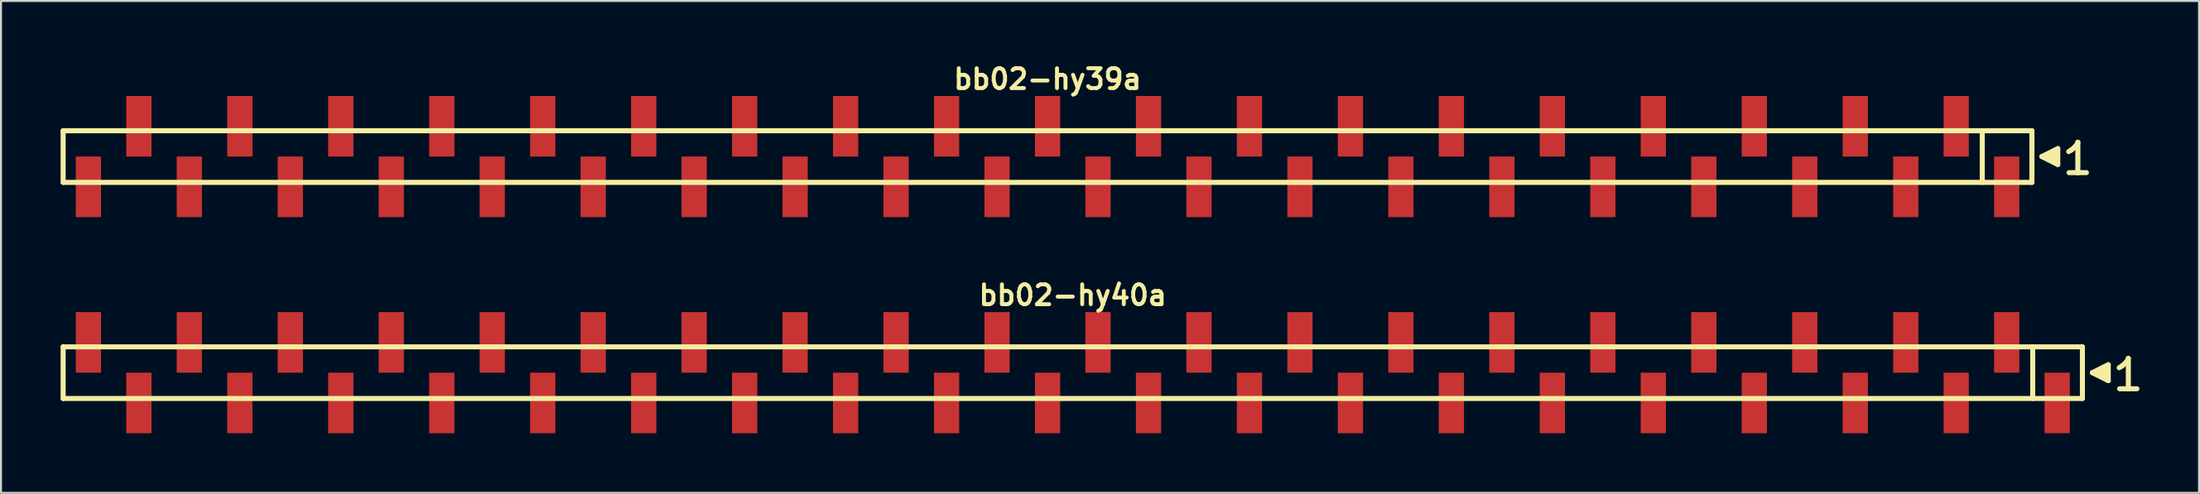
<source format=kicad_pcb>
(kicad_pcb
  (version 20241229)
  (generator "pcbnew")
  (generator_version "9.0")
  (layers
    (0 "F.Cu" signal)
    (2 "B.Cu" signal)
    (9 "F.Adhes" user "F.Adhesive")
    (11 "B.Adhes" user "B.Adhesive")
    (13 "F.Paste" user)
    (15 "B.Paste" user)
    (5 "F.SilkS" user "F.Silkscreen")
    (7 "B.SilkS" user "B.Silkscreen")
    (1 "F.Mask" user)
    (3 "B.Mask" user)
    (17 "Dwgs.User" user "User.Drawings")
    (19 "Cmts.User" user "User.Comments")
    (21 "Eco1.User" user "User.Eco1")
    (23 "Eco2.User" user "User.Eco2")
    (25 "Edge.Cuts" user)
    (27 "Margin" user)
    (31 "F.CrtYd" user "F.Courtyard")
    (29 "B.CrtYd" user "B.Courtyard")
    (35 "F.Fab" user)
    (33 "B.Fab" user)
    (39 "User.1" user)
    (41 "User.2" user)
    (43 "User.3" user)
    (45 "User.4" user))
  (footprint "bb02-hy40a"
    (layer "F.Cu")
    (at 50.927 15.713)
    (property "Reference" "bb02-hy40a" (at 0 -3.9 0) (layer "F.SilkS") (effects (font (size 0.998 0.998) (thickness 0.198))))
    (attr through_hole)
    (fp_line (start -50.8 -1.3) (end 50.8 -1.3) (stroke (width 0.254) (type solid)) (layer "F.SilkS"))
    (fp_line (start -50.8 1.3) (end -50.8 -1.3) (stroke (width 0.254) (type solid)) (layer "F.SilkS"))
    (fp_line (start 48.3 1.3) (end 48.3 -1.3) (stroke (width 0.254) (type solid)) (layer "F.SilkS"))
    (fp_line (start 50.8 -1.3) (end 50.8 1.3) (stroke (width 0.254) (type solid)) (layer "F.SilkS"))
    (fp_line (start 50.8 1.3) (end -50.8 1.3) (stroke (width 0.254) (type solid)) (layer "F.SilkS"))
    (fp_line (start 51.3 0) (end 52.1 0.4) (stroke (width 0.254) (type solid)) (layer "F.SilkS"))
    (fp_line (start 51.6 0.1) (end 51.6 -0.1) (stroke (width 0.254) (type solid)) (layer "F.SilkS"))
    (fp_line (start 51.7 -0.1) (end 51.7 0.1) (stroke (width 0.254) (type solid)) (layer "F.SilkS"))
    (fp_line (start 51.8 0.2) (end 51.8 -0.2) (stroke (width 0.254) (type solid)) (layer "F.SilkS"))
    (fp_line (start 51.9 -0.2) (end 51.9 0.2) (stroke (width 0.254) (type solid)) (layer "F.SilkS"))
    (fp_line (start 52 0.3) (end 52 -0.3) (stroke (width 0.254) (type solid)) (layer "F.SilkS"))
    (fp_line (start 52.1 -0.4) (end 51.3 0) (stroke (width 0.254) (type solid)) (layer "F.SilkS"))
    (fp_line (start 52.1 0.4) (end 52.1 -0.4) (stroke (width 0.254) (type solid)) (layer "F.SilkS"))
    (fp_line (start 52.65 -0.25) (end 52.78 -0.33) (stroke (width 0.254) (type solid)) (layer "F.SilkS"))
    (fp_line (start 52.78 -0.33) (end 52.94 -0.46) (stroke (width 0.254) (type solid)) (layer "F.SilkS"))
    (fp_line (start 52.94 -0.46) (end 53.08 -0.63) (stroke (width 0.254) (type solid)) (layer "F.SilkS"))
    (fp_line (start 53.08 -0.63) (end 53.11 -0.72) (stroke (width 0.254) (type solid)) (layer "F.SilkS"))
    (fp_line (start 53.11 -0.72) (end 53.11 0.81) (stroke (width 0.254) (type solid)) (layer "F.SilkS"))
    (fp_line (start 53.11 0.81) (end 52.67 0.81) (stroke (width 0.254) (type solid)) (layer "F.SilkS"))
    (fp_line (start 53.54 0.81) (end 53.1 0.81) (stroke (width 0.254) (type solid)) (layer "F.SilkS"))
    (pad "1" smd rect (at 49.53 1.525) (size 1.27 3.05) (layers "F.Cu" "F.Mask" "F.Paste"))
    (pad "2" smd rect (at 46.99 -1.525) (size 1.27 3.05) (layers "F.Cu" "F.Mask" "F.Paste"))
    (pad "3" smd rect (at 44.45 1.525) (size 1.27 3.05) (layers "F.Cu" "F.Mask" "F.Paste"))
    (pad "4" smd rect (at 41.91 -1.525) (size 1.27 3.05) (layers "F.Cu" "F.Mask" "F.Paste"))
    (pad "5" smd rect (at 39.37 1.525) (size 1.27 3.05) (layers "F.Cu" "F.Mask" "F.Paste"))
    (pad "6" smd rect (at 36.83 -1.525) (size 1.27 3.05) (layers "F.Cu" "F.Mask" "F.Paste"))
    (pad "7" smd rect (at 34.29 1.525) (size 1.27 3.05) (layers "F.Cu" "F.Mask" "F.Paste"))
    (pad "8" smd rect (at 31.75 -1.525) (size 1.27 3.05) (layers "F.Cu" "F.Mask" "F.Paste"))
    (pad "9" smd rect (at 29.21 1.525) (size 1.27 3.05) (layers "F.Cu" "F.Mask" "F.Paste"))
    (pad "10" smd rect (at 26.67 -1.525) (size 1.27 3.05) (layers "F.Cu" "F.Mask" "F.Paste"))
    (pad "11" smd rect (at 24.13 1.525) (size 1.27 3.05) (layers "F.Cu" "F.Mask" "F.Paste"))
    (pad "12" smd rect (at 21.59 -1.525) (size 1.27 3.05) (layers "F.Cu" "F.Mask" "F.Paste"))
    (pad "13" smd rect (at 19.05 1.525) (size 1.27 3.05) (layers "F.Cu" "F.Mask" "F.Paste"))
    (pad "14" smd rect (at 16.51 -1.525) (size 1.27 3.05) (layers "F.Cu" "F.Mask" "F.Paste"))
    (pad "15" smd rect (at 13.97 1.525) (size 1.27 3.05) (layers "F.Cu" "F.Mask" "F.Paste"))
    (pad "16" smd rect (at 11.43 -1.525) (size 1.27 3.05) (layers "F.Cu" "F.Mask" "F.Paste"))
    (pad "17" smd rect (at 8.89 1.525) (size 1.27 3.05) (layers "F.Cu" "F.Mask" "F.Paste"))
    (pad "18" smd rect (at 6.35 -1.525) (size 1.27 3.05) (layers "F.Cu" "F.Mask" "F.Paste"))
    (pad "19" smd rect (at 3.81 1.525) (size 1.27 3.05) (layers "F.Cu" "F.Mask" "F.Paste"))
    (pad "20" smd rect (at 1.27 -1.525) (size 1.27 3.05) (layers "F.Cu" "F.Mask" "F.Paste"))
    (pad "21" smd rect (at -1.27 1.525) (size 1.27 3.05) (layers "F.Cu" "F.Mask" "F.Paste"))
    (pad "22" smd rect (at -3.81 -1.525) (size 1.27 3.05) (layers "F.Cu" "F.Mask" "F.Paste"))
    (pad "23" smd rect (at -6.35 1.525) (size 1.27 3.05) (layers "F.Cu" "F.Mask" "F.Paste"))
    (pad "24" smd rect (at -8.89 -1.525) (size 1.27 3.05) (layers "F.Cu" "F.Mask" "F.Paste"))
    (pad "25" smd rect (at -11.43 1.525) (size 1.27 3.05) (layers "F.Cu" "F.Mask" "F.Paste"))
    (pad "26" smd rect (at -13.97 -1.525) (size 1.27 3.05) (layers "F.Cu" "F.Mask" "F.Paste"))
    (pad "27" smd rect (at -16.51 1.525) (size 1.27 3.05) (layers "F.Cu" "F.Mask" "F.Paste"))
    (pad "28" smd rect (at -19.05 -1.525) (size 1.27 3.05) (layers "F.Cu" "F.Mask" "F.Paste"))
    (pad "29" smd rect (at -21.59 1.525) (size 1.27 3.05) (layers "F.Cu" "F.Mask" "F.Paste"))
    (pad "30" smd rect (at -24.13 -1.525) (size 1.27 3.05) (layers "F.Cu" "F.Mask" "F.Paste"))
    (pad "31" smd rect (at -26.67 1.525) (size 1.27 3.05) (layers "F.Cu" "F.Mask" "F.Paste"))
    (pad "32" smd rect (at -29.21 -1.525) (size 1.27 3.05) (layers "F.Cu" "F.Mask" "F.Paste"))
    (pad "33" smd rect (at -31.75 1.525) (size 1.27 3.05) (layers "F.Cu" "F.Mask" "F.Paste"))
    (pad "34" smd rect (at -34.29 -1.525) (size 1.27 3.05) (layers "F.Cu" "F.Mask" "F.Paste"))
    (pad "35" smd rect (at -36.83 1.525) (size 1.27 3.05) (layers "F.Cu" "F.Mask" "F.Paste"))
    (pad "36" smd rect (at -39.37 -1.525) (size 1.27 3.05) (layers "F.Cu" "F.Mask" "F.Paste"))
    (pad "37" smd rect (at -41.91 1.525) (size 1.27 3.05) (layers "F.Cu" "F.Mask" "F.Paste"))
    (pad "38" smd rect (at -44.45 -1.525) (size 1.27 3.05) (layers "F.Cu" "F.Mask" "F.Paste"))
    (pad "39" smd rect (at -46.99 1.525) (size 1.27 3.05) (layers "F.Cu" "F.Mask" "F.Paste"))
    (pad "40" smd rect (at -49.53 -1.525) (size 1.27 3.05) (layers "F.Cu" "F.Mask" "F.Paste")))
  (footprint "bb02-hy39a"
    (layer "F.Cu")
    (at 49.657 4.832)
    (property "Reference" "bb02-hy39a" (at 0 -3.9 0) (layer "F.SilkS") (effects (font (size 0.998 0.998) (thickness 0.198))))
    (attr through_hole)
    (fp_line (start -49.53 -1.3) (end 49.53 -1.3) (stroke (width 0.254) (type solid)) (layer "F.SilkS"))
    (fp_line (start -49.53 1.3) (end -49.53 -1.3) (stroke (width 0.254) (type solid)) (layer "F.SilkS"))
    (fp_line (start 47.03 1.3) (end 47.03 -1.3) (stroke (width 0.254) (type solid)) (layer "F.SilkS"))
    (fp_line (start 49.53 -1.3) (end 49.53 1.3) (stroke (width 0.254) (type solid)) (layer "F.SilkS"))
    (fp_line (start 49.53 1.3) (end -49.53 1.3) (stroke (width 0.254) (type solid)) (layer "F.SilkS"))
    (fp_line (start 50.03 0) (end 50.83 0.4) (stroke (width 0.254) (type solid)) (layer "F.SilkS"))
    (fp_line (start 50.33 0.1) (end 50.33 -0.1) (stroke (width 0.254) (type solid)) (layer "F.SilkS"))
    (fp_line (start 50.43 -0.1) (end 50.43 0.1) (stroke (width 0.254) (type solid)) (layer "F.SilkS"))
    (fp_line (start 50.53 0.2) (end 50.53 -0.2) (stroke (width 0.254) (type solid)) (layer "F.SilkS"))
    (fp_line (start 50.63 -0.2) (end 50.63 0.2) (stroke (width 0.254) (type solid)) (layer "F.SilkS"))
    (fp_line (start 50.73 0.3) (end 50.73 -0.3) (stroke (width 0.254) (type solid)) (layer "F.SilkS"))
    (fp_line (start 50.83 -0.4) (end 50.03 0) (stroke (width 0.254) (type solid)) (layer "F.SilkS"))
    (fp_line (start 50.83 0.4) (end 50.83 -0.4) (stroke (width 0.254) (type solid)) (layer "F.SilkS"))
    (fp_line (start 51.38 -0.25) (end 51.51 -0.33) (stroke (width 0.254) (type solid)) (layer "F.SilkS"))
    (fp_line (start 51.51 -0.33) (end 51.67 -0.46) (stroke (width 0.254) (type solid)) (layer "F.SilkS"))
    (fp_line (start 51.67 -0.46) (end 51.81 -0.63) (stroke (width 0.254) (type solid)) (layer "F.SilkS"))
    (fp_line (start 51.81 -0.63) (end 51.84 -0.72) (stroke (width 0.254) (type solid)) (layer "F.SilkS"))
    (fp_line (start 51.84 -0.72) (end 51.84 0.81) (stroke (width 0.254) (type solid)) (layer "F.SilkS"))
    (fp_line (start 51.84 0.81) (end 51.4 0.81) (stroke (width 0.254) (type solid)) (layer "F.SilkS"))
    (fp_line (start 52.27 0.81) (end 51.83 0.81) (stroke (width 0.254) (type solid)) (layer "F.SilkS"))
    (pad "1" smd rect (at 48.26 1.525) (size 1.27 3.05) (layers "F.Cu" "F.Mask" "F.Paste"))
    (pad "2" smd rect (at 45.72 -1.525) (size 1.27 3.05) (layers "F.Cu" "F.Mask" "F.Paste"))
    (pad "3" smd rect (at 43.18 1.525) (size 1.27 3.05) (layers "F.Cu" "F.Mask" "F.Paste"))
    (pad "4" smd rect (at 40.64 -1.525) (size 1.27 3.05) (layers "F.Cu" "F.Mask" "F.Paste"))
    (pad "5" smd rect (at 38.1 1.525) (size 1.27 3.05) (layers "F.Cu" "F.Mask" "F.Paste"))
    (pad "6" smd rect (at 35.56 -1.525) (size 1.27 3.05) (layers "F.Cu" "F.Mask" "F.Paste"))
    (pad "7" smd rect (at 33.02 1.525) (size 1.27 3.05) (layers "F.Cu" "F.Mask" "F.Paste"))
    (pad "8" smd rect (at 30.48 -1.525) (size 1.27 3.05) (layers "F.Cu" "F.Mask" "F.Paste"))
    (pad "9" smd rect (at 27.94 1.525) (size 1.27 3.05) (layers "F.Cu" "F.Mask" "F.Paste"))
    (pad "10" smd rect (at 25.4 -1.525) (size 1.27 3.05) (layers "F.Cu" "F.Mask" "F.Paste"))
    (pad "11" smd rect (at 22.86 1.525) (size 1.27 3.05) (layers "F.Cu" "F.Mask" "F.Paste"))
    (pad "12" smd rect (at 20.32 -1.525) (size 1.27 3.05) (layers "F.Cu" "F.Mask" "F.Paste"))
    (pad "13" smd rect (at 17.78 1.525) (size 1.27 3.05) (layers "F.Cu" "F.Mask" "F.Paste"))
    (pad "14" smd rect (at 15.24 -1.525) (size 1.27 3.05) (layers "F.Cu" "F.Mask" "F.Paste"))
    (pad "15" smd rect (at 12.7 1.525) (size 1.27 3.05) (layers "F.Cu" "F.Mask" "F.Paste"))
    (pad "16" smd rect (at 10.16 -1.525) (size 1.27 3.05) (layers "F.Cu" "F.Mask" "F.Paste"))
    (pad "17" smd rect (at 7.62 1.525) (size 1.27 3.05) (layers "F.Cu" "F.Mask" "F.Paste"))
    (pad "18" smd rect (at 5.08 -1.525) (size 1.27 3.05) (layers "F.Cu" "F.Mask" "F.Paste"))
    (pad "19" smd rect (at 2.54 1.525) (size 1.27 3.05) (layers "F.Cu" "F.Mask" "F.Paste"))
    (pad "20" smd rect (at 0 -1.525) (size 1.27 3.05) (layers "F.Cu" "F.Mask" "F.Paste"))
    (pad "21" smd rect (at -2.54 1.525) (size 1.27 3.05) (layers "F.Cu" "F.Mask" "F.Paste"))
    (pad "22" smd rect (at -5.08 -1.525) (size 1.27 3.05) (layers "F.Cu" "F.Mask" "F.Paste"))
    (pad "23" smd rect (at -7.62 1.525) (size 1.27 3.05) (layers "F.Cu" "F.Mask" "F.Paste"))
    (pad "24" smd rect (at -10.16 -1.525) (size 1.27 3.05) (layers "F.Cu" "F.Mask" "F.Paste"))
    (pad "25" smd rect (at -12.7 1.525) (size 1.27 3.05) (layers "F.Cu" "F.Mask" "F.Paste"))
    (pad "26" smd rect (at -15.24 -1.525) (size 1.27 3.05) (layers "F.Cu" "F.Mask" "F.Paste"))
    (pad "27" smd rect (at -17.78 1.525) (size 1.27 3.05) (layers "F.Cu" "F.Mask" "F.Paste"))
    (pad "28" smd rect (at -20.32 -1.525) (size 1.27 3.05) (layers "F.Cu" "F.Mask" "F.Paste"))
    (pad "29" smd rect (at -22.86 1.525) (size 1.27 3.05) (layers "F.Cu" "F.Mask" "F.Paste"))
    (pad "30" smd rect (at -25.4 -1.525) (size 1.27 3.05) (layers "F.Cu" "F.Mask" "F.Paste"))
    (pad "31" smd rect (at -27.94 1.525) (size 1.27 3.05) (layers "F.Cu" "F.Mask" "F.Paste"))
    (pad "32" smd rect (at -30.48 -1.525) (size 1.27 3.05) (layers "F.Cu" "F.Mask" "F.Paste"))
    (pad "33" smd rect (at -33.02 1.525) (size 1.27 3.05) (layers "F.Cu" "F.Mask" "F.Paste"))
    (pad "34" smd rect (at -35.56 -1.525) (size 1.27 3.05) (layers "F.Cu" "F.Mask" "F.Paste"))
    (pad "35" smd rect (at -38.1 1.525) (size 1.27 3.05) (layers "F.Cu" "F.Mask" "F.Paste"))
    (pad "36" smd rect (at -40.64 -1.525) (size 1.27 3.05) (layers "F.Cu" "F.Mask" "F.Paste"))
    (pad "37" smd rect (at -43.18 1.525) (size 1.27 3.05) (layers "F.Cu" "F.Mask" "F.Paste"))
    (pad "38" smd rect (at -45.72 -1.525) (size 1.27 3.05) (layers "F.Cu" "F.Mask" "F.Paste"))
    (pad "39" smd rect (at -48.26 1.525) (size 1.27 3.05) (layers "F.Cu" "F.Mask" "F.Paste")))
  (gr_rect
    (start -3 -3)
    (end 107.594 21.763)
    (stroke (width 0.1) (type default))
    (fill no)
    (layer "Edge.Cuts")))
</source>
